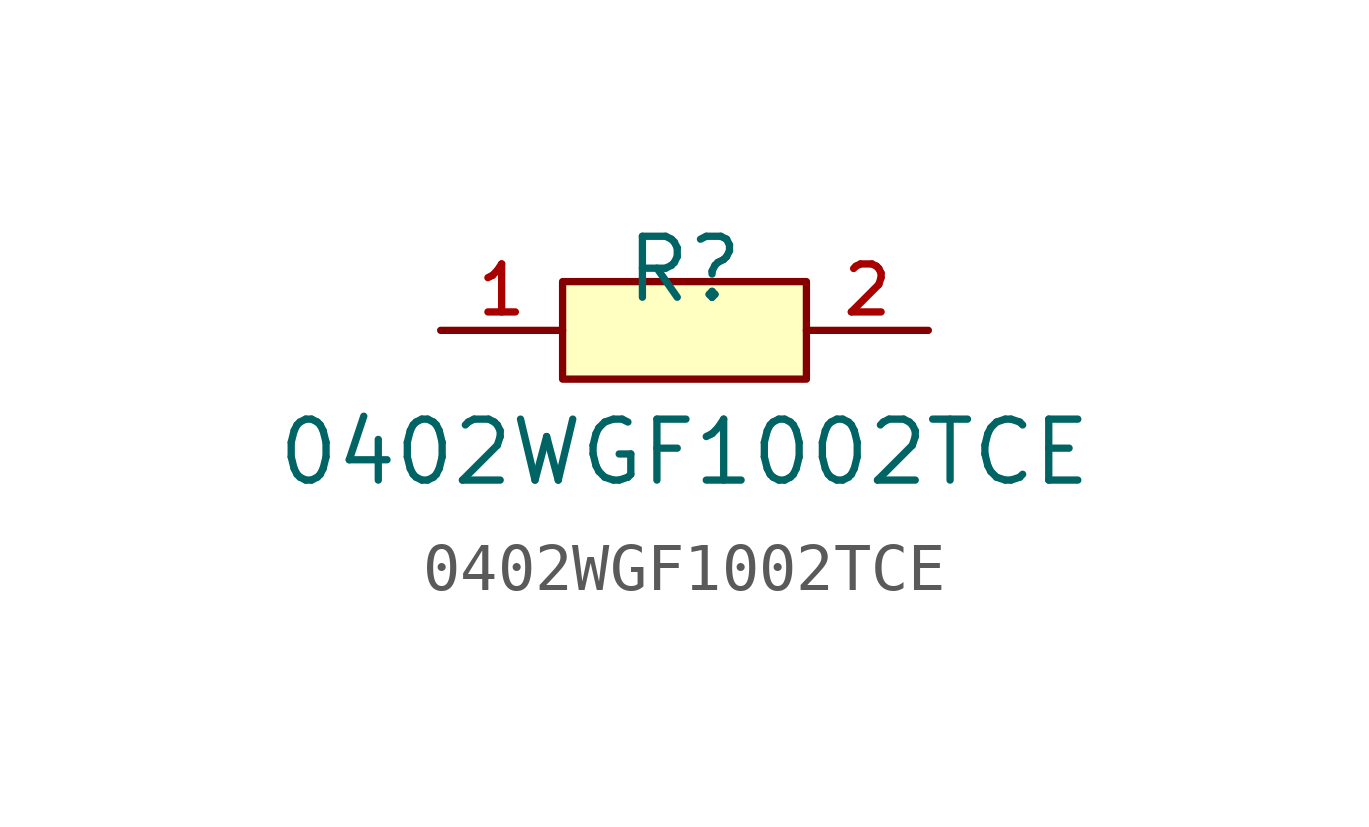
<source format=kicad_sym>
(kicad_symbol_lib
  (version 20220914)
  (generator kicad_symbol_editor)
  (symbol "0402WGF1002TCE"
    (pin_names hide)
    (property "Reference" "R"
      (at 0 1.27 0)
      (effects (font (size 1.27 1.27))))
    (property "Value" "0402WGF1002TCE"
      (at 0 -2.54 0)
      (effects (font (size 1.27 1.27))))
    (symbol "0402WGF1002TCE_0_1"
      (rectangle (start -2.54 1.016) (end 2.54 -1.016) (stroke (width 0) (type default)) (fill (type background))))
    (symbol "0402WGF1002TCE_1_1"
      (pin passive line (at -5.08 0 0) (length 2.54) (name "1" (effects (font (size 1 1)))) (number "1" (effects (font (size 1 1)))))
      (pin passive line (at 5.08 0 180) (length 2.54) (name "2" (effects (font (size 1 1)))) (number "2" (effects (font (size 1 1))))))))
</source>
